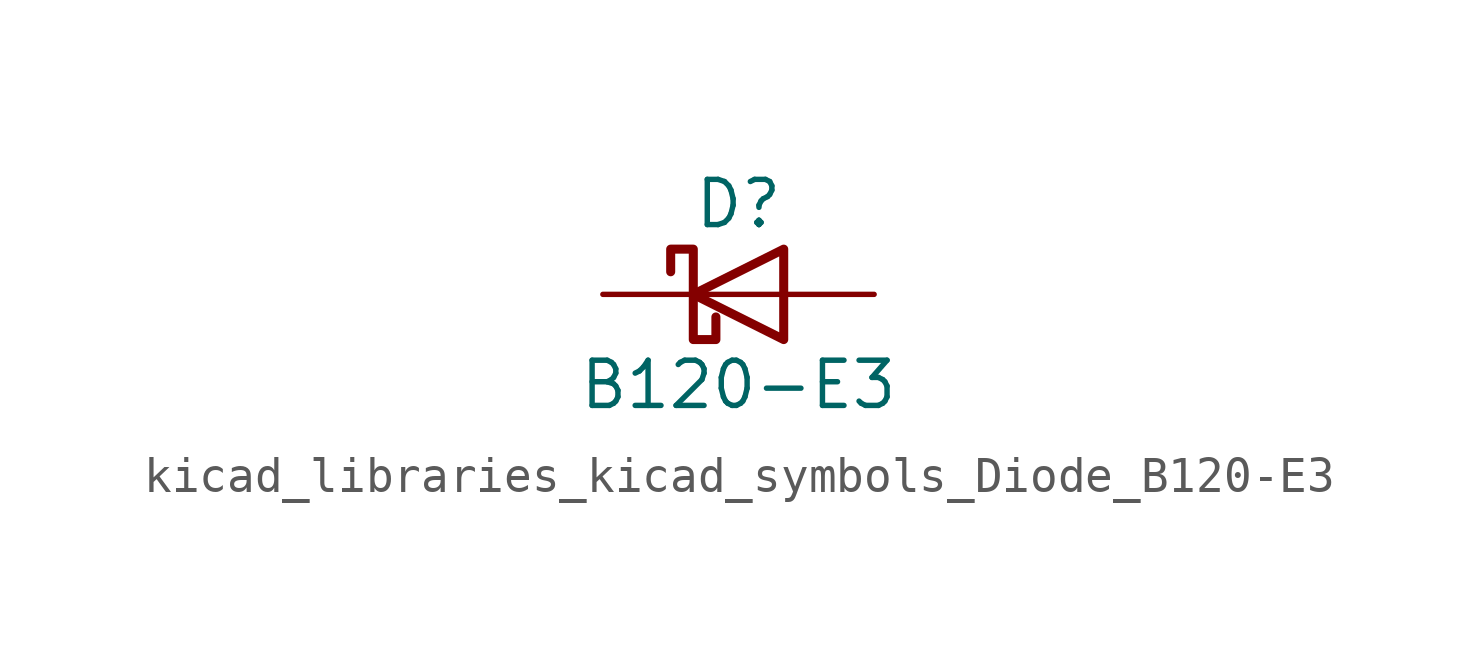
<source format=kicad_sym>
(kicad_symbol_lib
  (version 20220914)
  (generator kicad_symbol_editor)
  (symbol "kicad_libraries_kicad_symbols_Diode_B120-E3"
    (pin_numbers hide)
    (pin_names hide)
    (property "Reference" "D"
      (at 0 2.54 0)
      (effects (font (size 1.27 1.27))))
    (property "Value" "B120-E3"
      (at 0 -2.54 0)
      (effects (font (size 1.27 1.27))))
    (symbol "kicad_libraries_kicad_symbols_Diode_B120-E3_0_1"
      (polyline (pts (xy 1.27 0) (xy -1.27 0)) (stroke (width 0) (type default)) (fill (type none)))
      (polyline (pts (xy 1.27 1.27) (xy 1.27 -1.27) (xy -1.27 0) (xy 1.27 1.27)) (stroke (width 0.254) (type default)) (fill (type none)))
      (polyline (pts (xy -1.905 0.635) (xy -1.905 1.27) (xy -1.27 1.27) (xy -1.27 -1.27) (xy -0.635 -1.27) (xy -0.635 -0.635)) (stroke (width 0.254) (type default)) (fill (type none))))
    (symbol "kicad_libraries_kicad_symbols_Diode_B120-E3_1_1"
      (pin passive line (at -3.81 0 0) (length 2.54) (name "K" (effects (font (size 1.27 1.27)))) (number "1" (effects (font (size 1.27 1.27)))))
      (pin passive line (at 3.81 0 180) (length 2.54) (name "A" (effects (font (size 1.27 1.27)))) (number "2" (effects (font (size 1.27 1.27))))))))
</source>
